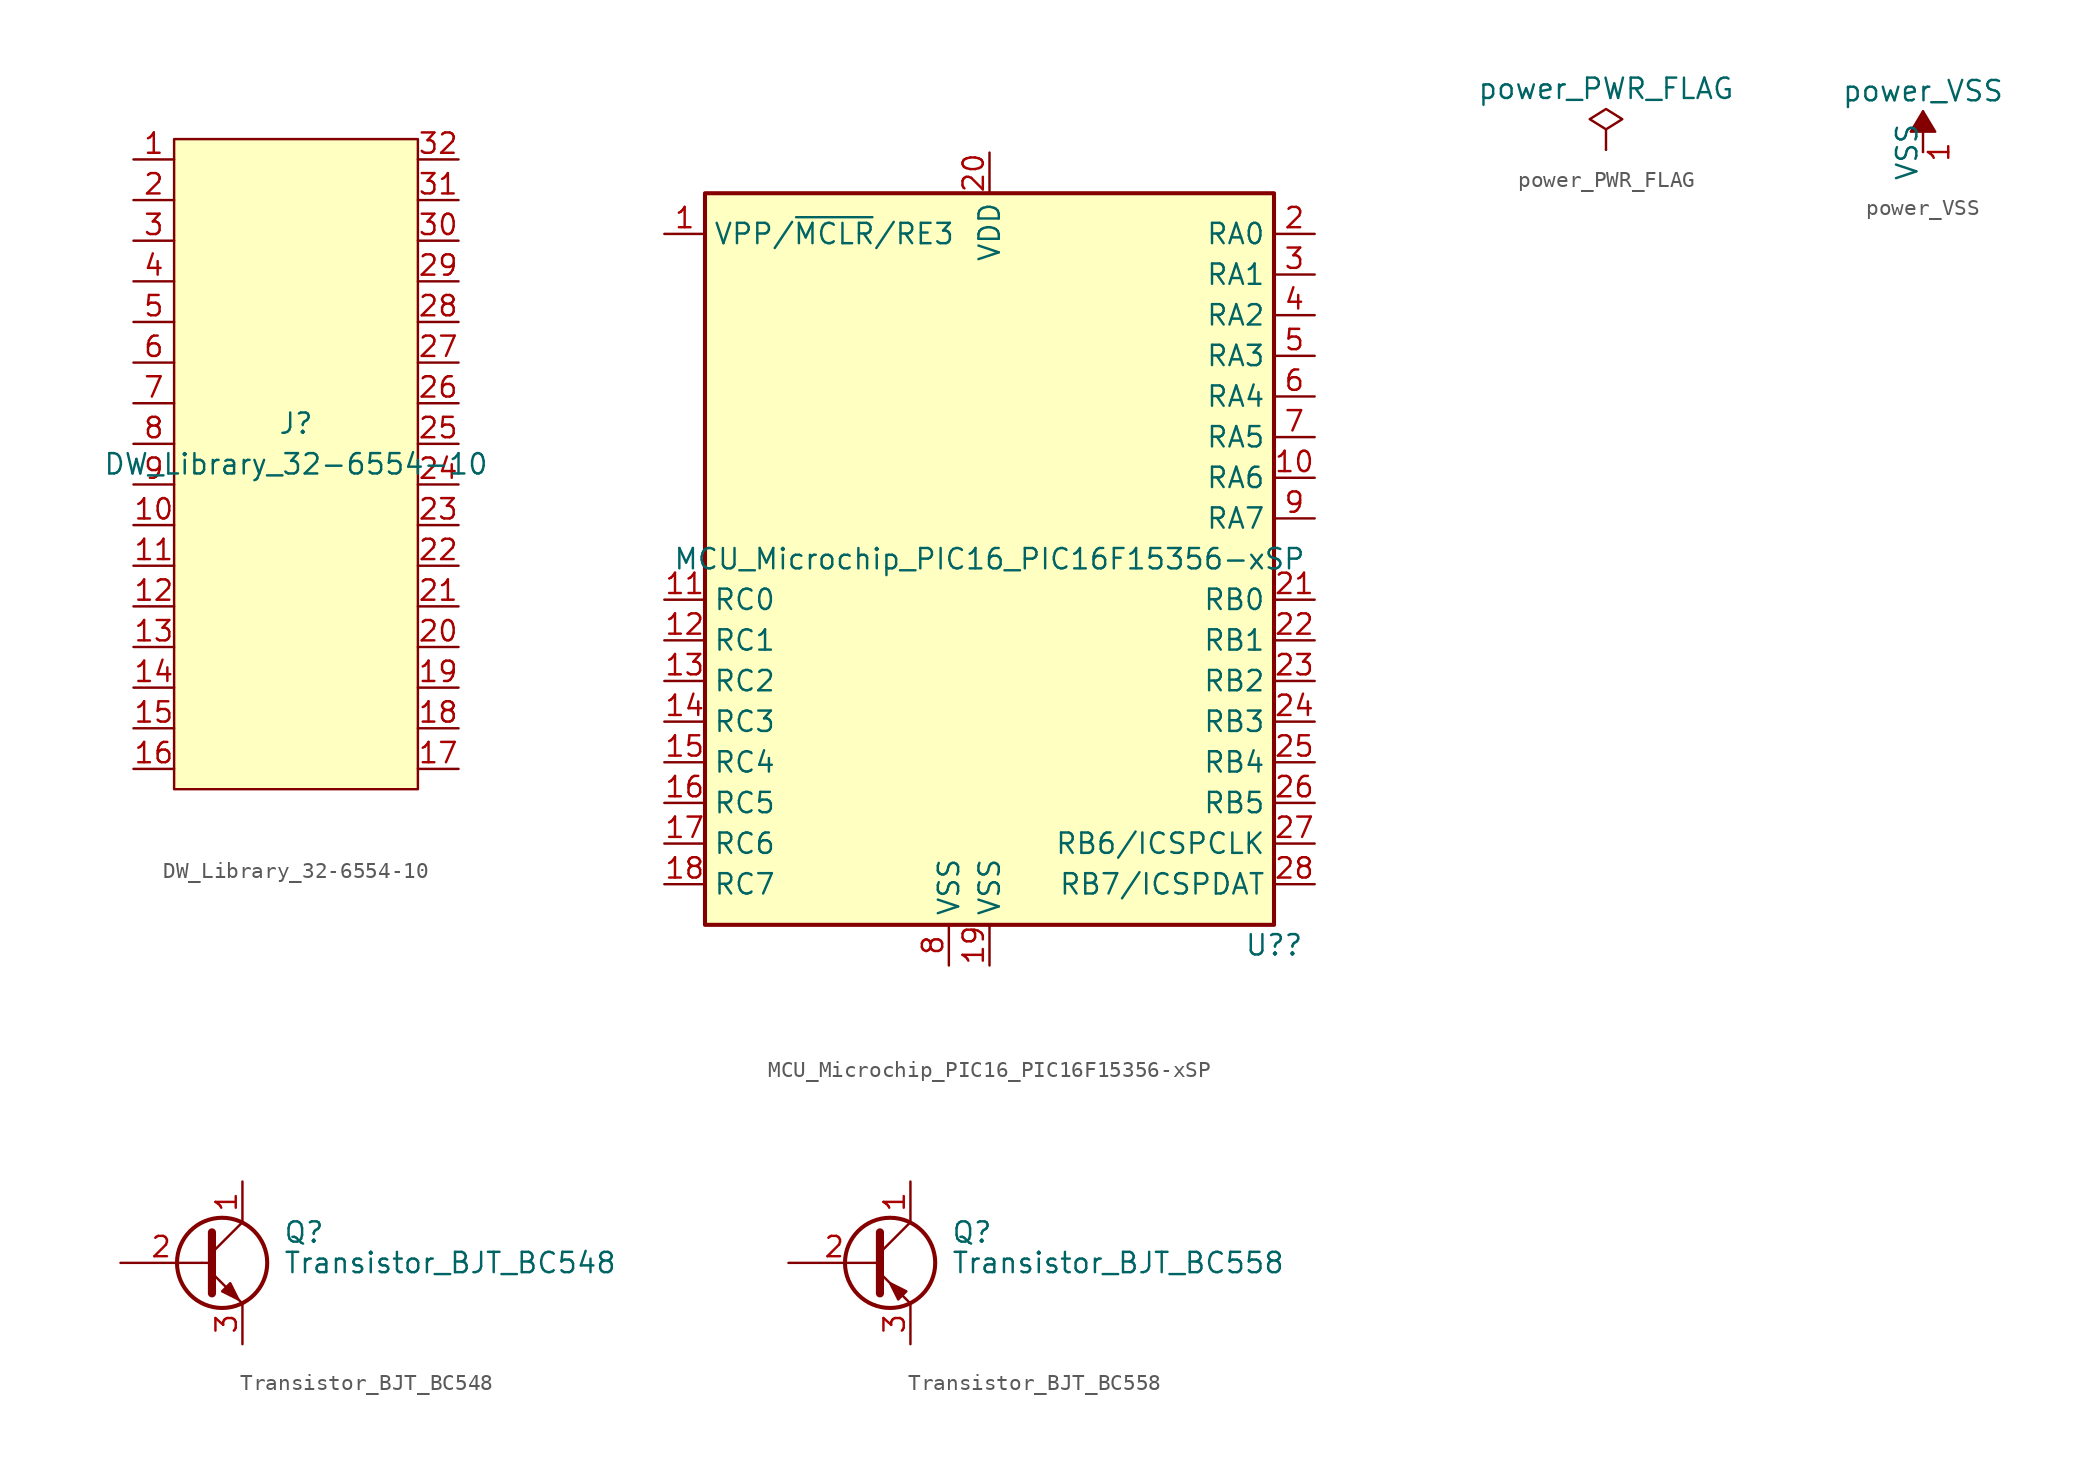
<source format=kicad_sym>
(kicad_symbol_lib
  (version 20241209)
  (generator "kicad_symbol_editor")
  (generator_version "9.0")
  (symbol "DW_Library_32-6554-10"
    (pin_names
      (offset 1.016)
      (hide yes))
    (property "Reference" "J"
      (at 0 1.27 0)
      (effects (font (size 1.27 1.27))))
    (property "Value" "DW_Library_32-6554-10"
      (at 0 -1.27 0)
      (effects (font (size 1.27 1.27))))
    (symbol "DW_Library_32-6554-10_0_1"
      (rectangle (start -7.62 19.05) (end 7.62 -21.59) (stroke (width 0) (type solid)) (fill (type background))))
    (symbol "DW_Library_32-6554-10_1_1"
      (pin passive line (at -10.16 17.78 0) (length 2.54) (name "1" (effects (font (size 1.27 1.27)))) (number "1" (effects (font (size 1.27 1.27)))))
      (pin passive line (at -10.16 15.24 0) (length 2.54) (name "2" (effects (font (size 1.27 1.27)))) (number "2" (effects (font (size 1.27 1.27)))))
      (pin passive line (at -10.16 12.7 0) (length 2.54) (name "3" (effects (font (size 1.27 1.27)))) (number "3" (effects (font (size 1.27 1.27)))))
      (pin passive line (at -10.16 10.16 0) (length 2.54) (name "4" (effects (font (size 1.27 1.27)))) (number "4" (effects (font (size 1.27 1.27)))))
      (pin passive line (at -10.16 7.62 0) (length 2.54) (name "5" (effects (font (size 1.27 1.27)))) (number "5" (effects (font (size 1.27 1.27)))))
      (pin passive line (at -10.16 5.08 0) (length 2.54) (name "6" (effects (font (size 1.27 1.27)))) (number "6" (effects (font (size 1.27 1.27)))))
      (pin passive line (at -10.16 2.54 0) (length 2.54) (name "7" (effects (font (size 1.27 1.27)))) (number "7" (effects (font (size 1.27 1.27)))))
      (pin passive line (at -10.16 0 0) (length 2.54) (name "8" (effects (font (size 1.27 1.27)))) (number "8" (effects (font (size 1.27 1.27)))))
      (pin passive line (at -10.16 -2.54 0) (length 2.54) (name "9" (effects (font (size 1.27 1.27)))) (number "9" (effects (font (size 1.27 1.27)))))
      (pin passive line (at -10.16 -5.08 0) (length 2.54) (name "10" (effects (font (size 1.27 1.27)))) (number "10" (effects (font (size 1.27 1.27)))))
      (pin passive line (at -10.16 -7.62 0) (length 2.54) (name "11" (effects (font (size 1.27 1.27)))) (number "11" (effects (font (size 1.27 1.27)))))
      (pin passive line (at -10.16 -10.16 0) (length 2.54) (name "12" (effects (font (size 1.27 1.27)))) (number "12" (effects (font (size 1.27 1.27)))))
      (pin passive line (at -10.16 -12.7 0) (length 2.54) (name "13" (effects (font (size 1.27 1.27)))) (number "13" (effects (font (size 1.27 1.27)))))
      (pin passive line (at -10.16 -15.24 0) (length 2.54) (name "14" (effects (font (size 1.27 1.27)))) (number "14" (effects (font (size 1.27 1.27)))))
      (pin passive line (at -10.16 -17.78 0) (length 2.54) (name "15" (effects (font (size 1.27 1.27)))) (number "15" (effects (font (size 1.27 1.27)))))
      (pin passive line (at -10.16 -20.32 0) (length 2.54) (name "16" (effects (font (size 1.27 1.27)))) (number "16" (effects (font (size 1.27 1.27)))))
      (pin passive line (at 10.16 17.78 180) (length 2.54) (name "32" (effects (font (size 1.27 1.27)))) (number "32" (effects (font (size 1.27 1.27)))))
      (pin passive line (at 10.16 15.24 180) (length 2.54) (name "31" (effects (font (size 1.27 1.27)))) (number "31" (effects (font (size 1.27 1.27)))))
      (pin passive line (at 10.16 12.7 180) (length 2.54) (name "30" (effects (font (size 1.27 1.27)))) (number "30" (effects (font (size 1.27 1.27)))))
      (pin passive line (at 10.16 10.16 180) (length 2.54) (name "29" (effects (font (size 1.27 1.27)))) (number "29" (effects (font (size 1.27 1.27)))))
      (pin passive line (at 10.16 7.62 180) (length 2.54) (name "28" (effects (font (size 1.27 1.27)))) (number "28" (effects (font (size 1.27 1.27)))))
      (pin passive line (at 10.16 5.08 180) (length 2.54) (name "27" (effects (font (size 1.27 1.27)))) (number "27" (effects (font (size 1.27 1.27)))))
      (pin passive line (at 10.16 2.54 180) (length 2.54) (name "26" (effects (font (size 1.27 1.27)))) (number "26" (effects (font (size 1.27 1.27)))))
      (pin passive line (at 10.16 0 180) (length 2.54) (name "25" (effects (font (size 1.27 1.27)))) (number "25" (effects (font (size 1.27 1.27)))))
      (pin passive line (at 10.16 -2.54 180) (length 2.54) (name "24" (effects (font (size 1.27 1.27)))) (number "24" (effects (font (size 1.27 1.27)))))
      (pin passive line (at 10.16 -5.08 180) (length 2.54) (name "23" (effects (font (size 1.27 1.27)))) (number "23" (effects (font (size 1.27 1.27)))))
      (pin passive line (at 10.16 -7.62 180) (length 2.54) (name "22" (effects (font (size 1.27 1.27)))) (number "22" (effects (font (size 1.27 1.27)))))
      (pin passive line (at 10.16 -10.16 180) (length 2.54) (name "21" (effects (font (size 1.27 1.27)))) (number "21" (effects (font (size 1.27 1.27)))))
      (pin passive line (at 10.16 -12.7 180) (length 2.54) (name "20" (effects (font (size 1.27 1.27)))) (number "20" (effects (font (size 1.27 1.27)))))
      (pin passive line (at 10.16 -15.24 180) (length 2.54) (name "19" (effects (font (size 1.27 1.27)))) (number "19" (effects (font (size 1.27 1.27)))))
      (pin passive line (at 10.16 -17.78 180) (length 2.54) (name "18" (effects (font (size 1.27 1.27)))) (number "18" (effects (font (size 1.27 1.27)))))
      (pin passive line (at 10.16 -20.32 180) (length 2.54) (name "17" (effects (font (size 1.27 1.27)))) (number "17" (effects (font (size 1.27 1.27)))))))
  (symbol "MCU_Microchip_PIC16_PIC16F15356-xSP"
    (property "Reference" "U?"
      (at 17.78 -24.13 0)
      (effects (font (size 1.27 1.27))))
    (property "Value" "MCU_Microchip_PIC16_PIC16F15356-xSP"
      (at 0 0 0)
      (effects (font (size 1.27 1.27))))
    (symbol "MCU_Microchip_PIC16_PIC16F15356-xSP_0_1"
      (rectangle (start 17.78 22.86) (end -17.78 -22.86) (stroke (width 0.254) (type solid)) (fill (type background))))
    (symbol "MCU_Microchip_PIC16_PIC16F15356-xSP_1_1"
      (pin bidirectional line (at -20.32 20.32 0) (length 2.54) (name "VPP/~{MCLR}/RE3" (effects (font (size 1.27 1.27)))) (number "1" (effects (font (size 1.27 1.27)))))
      (pin bidirectional line (at -20.32 -2.54 0) (length 2.54) (name "RC0" (effects (font (size 1.27 1.27)))) (number "11" (effects (font (size 1.27 1.27)))))
      (pin bidirectional line (at -20.32 -5.08 0) (length 2.54) (name "RC1" (effects (font (size 1.27 1.27)))) (number "12" (effects (font (size 1.27 1.27)))))
      (pin bidirectional line (at -20.32 -7.62 0) (length 2.54) (name "RC2" (effects (font (size 1.27 1.27)))) (number "13" (effects (font (size 1.27 1.27)))))
      (pin bidirectional line (at -20.32 -10.16 0) (length 2.54) (name "RC3" (effects (font (size 1.27 1.27)))) (number "14" (effects (font (size 1.27 1.27)))))
      (pin bidirectional line (at -20.32 -12.7 0) (length 2.54) (name "RC4" (effects (font (size 1.27 1.27)))) (number "15" (effects (font (size 1.27 1.27)))))
      (pin bidirectional line (at -20.32 -15.24 0) (length 2.54) (name "RC5" (effects (font (size 1.27 1.27)))) (number "16" (effects (font (size 1.27 1.27)))))
      (pin bidirectional line (at -20.32 -17.78 0) (length 2.54) (name "RC6" (effects (font (size 1.27 1.27)))) (number "17" (effects (font (size 1.27 1.27)))))
      (pin bidirectional line (at -20.32 -20.32 0) (length 2.54) (name "RC7" (effects (font (size 1.27 1.27)))) (number "18" (effects (font (size 1.27 1.27)))))
      (pin power_in line (at -2.54 -25.4 90) (length 2.54) (name "VSS" (effects (font (size 1.27 1.27)))) (number "8" (effects (font (size 1.27 1.27)))))
      (pin power_in line (at 0 25.4 270) (length 2.54) (name "VDD" (effects (font (size 1.27 1.27)))) (number "20" (effects (font (size 1.27 1.27)))))
      (pin power_in line (at 0 -25.4 90) (length 2.54) (name "VSS" (effects (font (size 1.27 1.27)))) (number "19" (effects (font (size 1.27 1.27)))))
      (pin bidirectional line (at 20.32 20.32 180) (length 2.54) (name "RA0" (effects (font (size 1.27 1.27)))) (number "2" (effects (font (size 1.27 1.27)))))
      (pin bidirectional line (at 20.32 17.78 180) (length 2.54) (name "RA1" (effects (font (size 1.27 1.27)))) (number "3" (effects (font (size 1.27 1.27)))))
      (pin bidirectional line (at 20.32 15.24 180) (length 2.54) (name "RA2" (effects (font (size 1.27 1.27)))) (number "4" (effects (font (size 1.27 1.27)))))
      (pin bidirectional line (at 20.32 12.7 180) (length 2.54) (name "RA3" (effects (font (size 1.27 1.27)))) (number "5" (effects (font (size 1.27 1.27)))))
      (pin bidirectional line (at 20.32 10.16 180) (length 2.54) (name "RA4" (effects (font (size 1.27 1.27)))) (number "6" (effects (font (size 1.27 1.27)))))
      (pin bidirectional line (at 20.32 7.62 180) (length 2.54) (name "RA5" (effects (font (size 1.27 1.27)))) (number "7" (effects (font (size 1.27 1.27)))))
      (pin bidirectional line (at 20.32 5.08 180) (length 2.54) (name "RA6" (effects (font (size 1.27 1.27)))) (number "10" (effects (font (size 1.27 1.27)))))
      (pin bidirectional line (at 20.32 2.54 180) (length 2.54) (name "RA7" (effects (font (size 1.27 1.27)))) (number "9" (effects (font (size 1.27 1.27)))))
      (pin bidirectional line (at 20.32 -2.54 180) (length 2.54) (name "RB0" (effects (font (size 1.27 1.27)))) (number "21" (effects (font (size 1.27 1.27)))))
      (pin bidirectional line (at 20.32 -5.08 180) (length 2.54) (name "RB1" (effects (font (size 1.27 1.27)))) (number "22" (effects (font (size 1.27 1.27)))))
      (pin bidirectional line (at 20.32 -7.62 180) (length 2.54) (name "RB2" (effects (font (size 1.27 1.27)))) (number "23" (effects (font (size 1.27 1.27)))))
      (pin bidirectional line (at 20.32 -10.16 180) (length 2.54) (name "RB3" (effects (font (size 1.27 1.27)))) (number "24" (effects (font (size 1.27 1.27)))))
      (pin bidirectional line (at 20.32 -12.7 180) (length 2.54) (name "RB4" (effects (font (size 1.27 1.27)))) (number "25" (effects (font (size 1.27 1.27)))))
      (pin bidirectional line (at 20.32 -15.24 180) (length 2.54) (name "RB5" (effects (font (size 1.27 1.27)))) (number "26" (effects (font (size 1.27 1.27)))))
      (pin bidirectional line (at 20.32 -17.78 180) (length 2.54) (name "RB6/ICSPCLK" (effects (font (size 1.27 1.27)))) (number "27" (effects (font (size 1.27 1.27)))))
      (pin bidirectional line (at 20.32 -20.32 180) (length 2.54) (name "RB7/ICSPDAT" (effects (font (size 1.27 1.27)))) (number "28" (effects (font (size 1.27 1.27)))))))
  (symbol "power_PWR_FLAG"
    (power)
    (pin_numbers
      (hide yes))
    (pin_names
      (offset 0)
      (hide yes))
    (property "Reference" "#FLG"
      (at 0 1.905 0)
      (effects (font (size 1.27 1.27)) (hide yes)))
    (property "Value" "power_PWR_FLAG"
      (at 0 3.81 0)
      (effects (font (size 1.27 1.27))))
    (symbol "power_PWR_FLAG_0_0"
      (pin power_out line (at 0 0 90) (length 0) (name "pwr" (effects (font (size 1.27 1.27)))) (number "1" (effects (font (size 1.27 1.27))))))
    (symbol "power_PWR_FLAG_0_1"
      (polyline (pts (xy 0 0) (xy 0 1.27) (xy -1.016 1.905) (xy 0 2.54) (xy 1.016 1.905) (xy 0 1.27)) (stroke (width 0) (type solid)) (fill (type none)))))
  (symbol "power_VSS"
    (power)
    (pin_names
      (offset 0))
    (property "Reference" "#PWR"
      (at 0 -3.81 0)
      (effects (font (size 1.27 1.27)) (hide yes)))
    (property "Value" "power_VSS"
      (at 0 3.81 0)
      (effects (font (size 1.27 1.27))))
    (symbol "power_VSS_0_1"
      (polyline (pts (xy 0 0) (xy 0 2.54)) (stroke (width 0) (type solid)) (fill (type none)))
      (polyline (pts (xy 0.762 1.27) (xy -0.762 1.27) (xy 0 2.54) (xy 0.762 1.27)) (stroke (width 0) (type solid)) (fill (type outline))))
    (symbol "power_VSS_1_1"
      (pin power_in line (at 0 0 90) (length 0) (name "VSS" (effects (font (size 1.27 1.27)))) (number "1" (effects (font (size 1.27 1.27)))))))
  (symbol "Transistor_BJT_BC548"
    (pin_names
      (offset 0)
      (hide yes))
    (property "Reference" "Q"
      (at 5.08 1.905 0)
      (effects (font (size 1.27 1.27)) (justify left)))
    (property "Value" "Transistor_BJT_BC548"
      (at 5.08 0 0)
      (effects (font (size 1.27 1.27)) (justify left)))
    (symbol "Transistor_BJT_BC548_0_1"
      (polyline (pts (xy 0 0) (xy 0.635 0)) (stroke (width 0) (type solid)) (fill (type none)))
      (polyline (pts (xy 0.635 1.905) (xy 0.635 -1.905) (xy 0.635 -1.905)) (stroke (width 0.508) (type solid)) (fill (type none)))
      (polyline (pts (xy 0.635 0.635) (xy 2.54 2.54)) (stroke (width 0) (type solid)) (fill (type none)))
      (polyline (pts (xy 0.635 -0.635) (xy 2.54 -2.54) (xy 2.54 -2.54)) (stroke (width 0) (type solid)) (fill (type none)))
      (circle (center 1.27 0) (radius 2.819) (stroke (width 0.254) (type solid)) (fill (type none)))
      (polyline (pts (xy 1.27 -1.778) (xy 1.778 -1.27) (xy 2.286 -2.286) (xy 1.27 -1.778) (xy 1.27 -1.778)) (stroke (width 0) (type solid)) (fill (type outline))))
    (symbol "Transistor_BJT_BC548_1_1"
      (pin input line (at -5.08 0 0) (length 5.08) (name "B" (effects (font (size 1.27 1.27)))) (number "2" (effects (font (size 1.27 1.27)))))
      (pin passive line (at 2.54 5.08 270) (length 2.54) (name "C" (effects (font (size 1.27 1.27)))) (number "1" (effects (font (size 1.27 1.27)))))
      (pin passive line (at 2.54 -5.08 90) (length 2.54) (name "E" (effects (font (size 1.27 1.27)))) (number "3" (effects (font (size 1.27 1.27)))))))
  (symbol "Transistor_BJT_BC558"
    (pin_names
      (offset 0)
      (hide yes))
    (property "Reference" "Q"
      (at 5.08 1.905 0)
      (effects (font (size 1.27 1.27)) (justify left)))
    (property "Value" "Transistor_BJT_BC558"
      (at 5.08 0 0)
      (effects (font (size 1.27 1.27)) (justify left)))
    (symbol "Transistor_BJT_BC558_0_1"
      (polyline (pts (xy 0.635 1.905) (xy 0.635 -1.905) (xy 0.635 -1.905)) (stroke (width 0.508) (type solid)) (fill (type none)))
      (polyline (pts (xy 0.635 0.635) (xy 2.54 2.54)) (stroke (width 0) (type solid)) (fill (type none)))
      (polyline (pts (xy 0.635 -0.635) (xy 2.54 -2.54) (xy 2.54 -2.54)) (stroke (width 0) (type solid)) (fill (type none)))
      (circle (center 1.27 0) (radius 2.819) (stroke (width 0.254) (type solid)) (fill (type none)))
      (polyline (pts (xy 2.286 -1.778) (xy 1.778 -2.286) (xy 1.27 -1.27) (xy 2.286 -1.778) (xy 2.286 -1.778)) (stroke (width 0) (type solid)) (fill (type outline))))
    (symbol "Transistor_BJT_BC558_1_1"
      (pin input line (at -5.08 0 0) (length 5.715) (name "B" (effects (font (size 1.27 1.27)))) (number "2" (effects (font (size 1.27 1.27)))))
      (pin passive line (at 2.54 5.08 270) (length 2.54) (name "C" (effects (font (size 1.27 1.27)))) (number "1" (effects (font (size 1.27 1.27)))))
      (pin passive line (at 2.54 -5.08 90) (length 2.54) (name "E" (effects (font (size 1.27 1.27)))) (number "3" (effects (font (size 1.27 1.27))))))))
</source>
